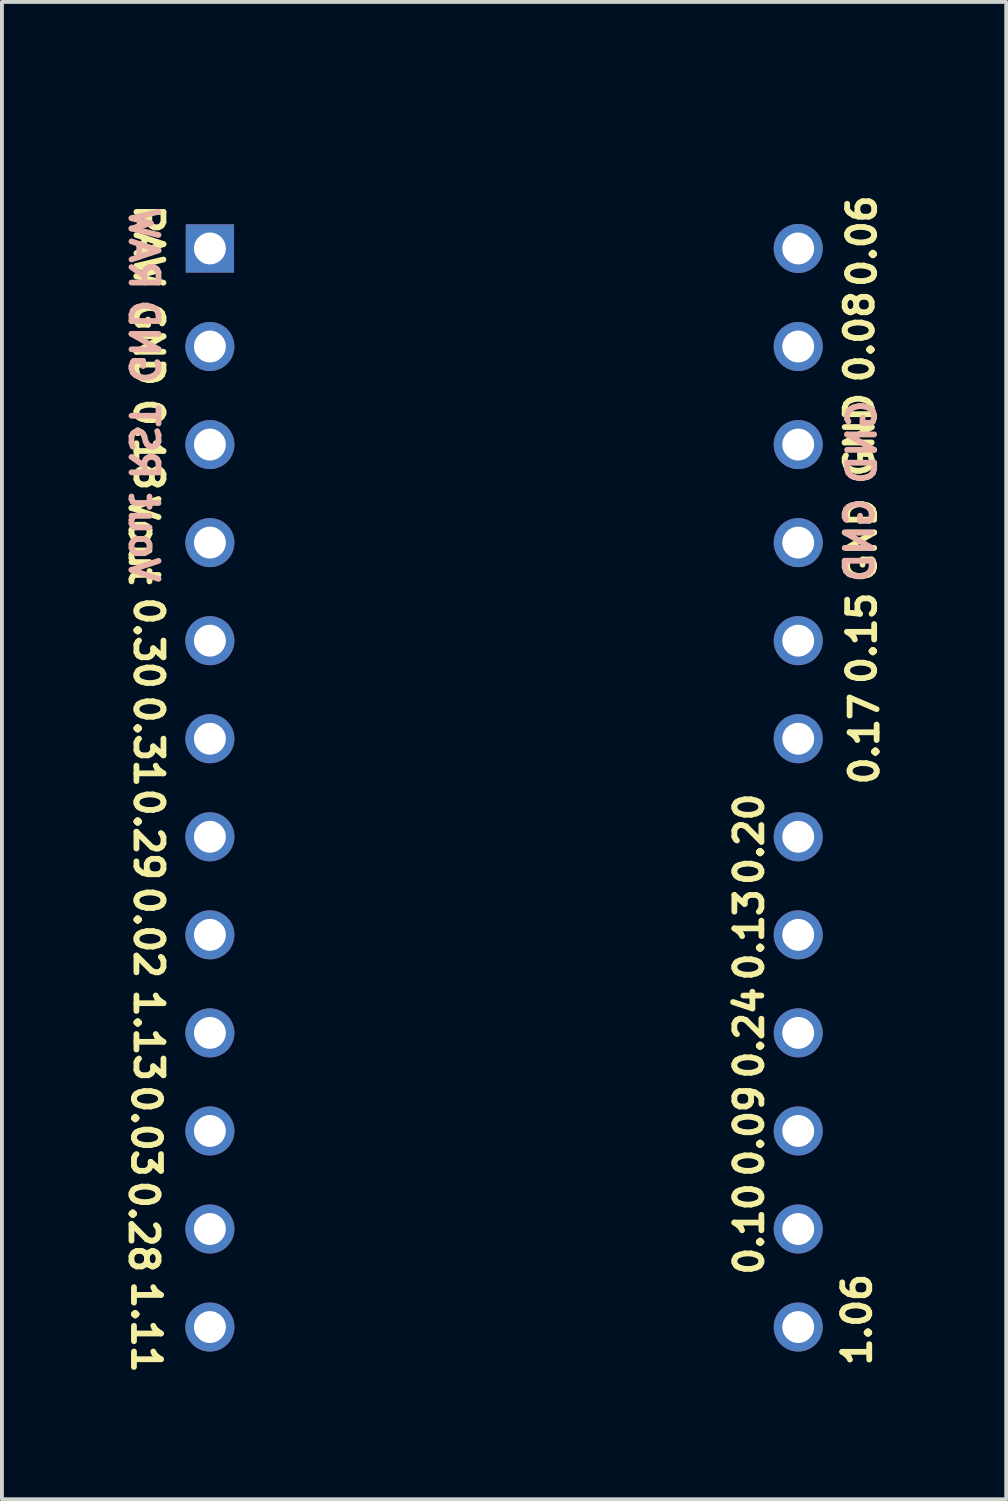
<source format=kicad_pcb>
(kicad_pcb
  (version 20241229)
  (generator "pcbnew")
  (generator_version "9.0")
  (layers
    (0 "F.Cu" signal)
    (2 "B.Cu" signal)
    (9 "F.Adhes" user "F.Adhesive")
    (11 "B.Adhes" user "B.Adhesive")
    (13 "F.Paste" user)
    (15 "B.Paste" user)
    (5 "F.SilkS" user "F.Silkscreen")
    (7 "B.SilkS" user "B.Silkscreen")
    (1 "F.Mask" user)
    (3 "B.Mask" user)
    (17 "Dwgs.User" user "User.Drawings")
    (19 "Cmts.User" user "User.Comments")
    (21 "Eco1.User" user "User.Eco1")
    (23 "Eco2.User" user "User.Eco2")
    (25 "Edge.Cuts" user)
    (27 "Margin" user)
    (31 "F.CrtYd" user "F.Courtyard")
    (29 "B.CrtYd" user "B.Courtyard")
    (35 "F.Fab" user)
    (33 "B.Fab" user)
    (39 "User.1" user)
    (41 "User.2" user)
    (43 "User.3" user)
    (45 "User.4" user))
  (footprint "arduino_micro"
    (layer "F.Cu")
    (at 10.007 15.832)
    (property "Reference" "arduino_micro" (at 0.508 -14.732 0) (layer "Eco1.User") (effects (font (size 1.27 1.524) (thickness 0.203))))
    (attr through_hole)
    (fp_line (start -8.89 -13.716) (end -8.89 16.764) (stroke (width 0.381) (type solid)) (layer "Margin"))
    (fp_line (start -8.89 -13.716) (end -8.89 16.764) (stroke (width 0.381) (type solid)) (layer "Margin"))
    (fp_line (start -8.89 16.764) (end 8.89 16.764) (stroke (width 0.381) (type solid)) (layer "Margin"))
    (fp_line (start -8.89 16.764) (end 8.89 16.764) (stroke (width 0.381) (type solid)) (layer "Margin"))
    (fp_line (start -6.35 -13.716) (end -6.35 -11.176) (stroke (width 0.381) (type solid)) (layer "Margin"))
    (fp_line (start -6.35 -13.716) (end -6.35 -11.176) (stroke (width 0.381) (type solid)) (layer "Margin"))
    (fp_line (start -6.35 -11.176) (end -8.89 -11.176) (stroke (width 0.381) (type solid)) (layer "Margin"))
    (fp_line (start -6.35 -11.176) (end -8.89 -11.176) (stroke (width 0.381) (type solid)) (layer "Margin"))
    (fp_line (start 8.89 -13.716) (end -8.89 -13.716) (stroke (width 0.381) (type solid)) (layer "Margin"))
    (fp_line (start 8.89 -13.716) (end -8.89 -13.716) (stroke (width 0.381) (type solid)) (layer "Margin"))
    (fp_line (start 8.89 16.764) (end 8.89 -13.716) (stroke (width 0.381) (type solid)) (layer "Margin"))
    (fp_line (start 8.89 16.764) (end 8.89 -13.716) (stroke (width 0.381) (type solid)) (layer "Margin"))
    (fp_text user "RAW" (at -9.207 -12.509 270) (unlocked yes) (layer "F.SilkS") (effects (font (size 0.7 0.7) (thickness 0.15))))
    (fp_text user "0.29" (at -9.207 2.731 270) (unlocked yes) (layer "F.SilkS") (effects (font (size 0.7 0.7) (thickness 0.15))))
    (fp_text user "1.06" (at 9.144 15.303 90) (layer "F.SilkS") (effects (font (size 0.7 0.7) (thickness 0.15))))
    (fp_text user "0.08" (at 9.207 -10.16 90) (layer "F.SilkS") (effects (font (size 0.7 0.7) (thickness 0.15))))
    (fp_text user "0.30" (at -9.207 -2.223 270) (unlocked yes) (layer "F.SilkS") (effects (font (size 0.7 0.7) (thickness 0.15))))
    (fp_text user "0.09" (at 6.35 10.414 90) (layer "F.SilkS") (effects (font (size 0.7 0.7) (thickness 0.15))))
    (fp_text user "0.31" (at -9.207 0.318 270) (unlocked yes) (layer "F.SilkS") (effects (font (size 0.7 0.7) (thickness 0.15))))
    (fp_text user "0.02" (at -9.207 5.271 270) (unlocked yes) (layer "F.SilkS") (effects (font (size 0.7 0.7) (thickness 0.15))))
    (fp_text user "0.20" (at 6.35 2.857 90) (layer "F.SilkS") (effects (font (size 0.7 0.7) (thickness 0.15))))
    (fp_text user "1.13" (at -9.207 7.938 270) (unlocked yes) (layer "F.SilkS") (effects (font (size 0.7 0.7) (thickness 0.15))))
    (fp_text user "GND" (at 9.271 -4.889 90) (layer "F.SilkS") (effects (font (size 0.7 0.7) (thickness 0.15))))
    (fp_text user "0.24" (at 6.35 7.874 90) (layer "F.SilkS") (effects (font (size 0.7 0.7) (thickness 0.15))))
    (fp_text user "0.28" (at -9.335 12.89 270) (unlocked yes) (layer "F.SilkS") (effects (font (size 0.7 0.7) (thickness 0.15))))
    (fp_text user "1.11" (at -9.271 15.494 270) (unlocked yes) (layer "F.SilkS") (effects (font (size 0.7 0.7) (thickness 0.15))))
    (fp_text user "0.03" (at -9.271 10.414 270) (unlocked yes) (layer "F.SilkS") (effects (font (size 0.7 0.7) (thickness 0.15))))
    (fp_text user "0.17" (at 9.335 0.254 90) (layer "F.SilkS") (effects (font (size 0.7 0.7) (thickness 0.15))))
    (fp_text user "0.13" (at 6.35 5.334 90) (layer "F.SilkS") (effects (font (size 0.7 0.7) (thickness 0.15))))
    (fp_text user "0.15" (at 9.271 -2.349 90) (layer "F.SilkS") (effects (font (size 0.7 0.7) (thickness 0.15))))
    (fp_text user "0.10" (at 6.35 12.954 90) (layer "F.SilkS") (effects (font (size 0.7 0.7) (thickness 0.15))))
    (fp_text user "GND" (at 9.207 -7.62 90) (layer "F.SilkS") (effects (font (size 0.7 0.7) (thickness 0.15))))
    (fp_text user "Vout" (at -9.335 -4.889 270) (unlocked yes) (layer "F.SilkS") (effects (font (size 0.7 0.7) (thickness 0.15))))
    (fp_text user "0.18" (at -9.207 -7.366 270) (unlocked yes) (layer "F.SilkS") (effects (font (size 0.7 0.7) (thickness 0.15))))
    (fp_text user "0.06" (at 9.271 -12.636 90) (layer "F.SilkS") (effects (font (size 0.7 0.7) (thickness 0.15))))
    (fp_text user "GND" (at -9.207 -9.97 270) (unlocked yes) (layer "F.SilkS") (effects (font (size 0.7 0.7) (thickness 0.15))))
    (fp_text user "RST" (at -9.335 -7.429 270) (unlocked yes) (layer "B.SilkS") (effects (font (size 0.7 0.7) (thickness 0.15)) (justify mirror)))
    (fp_text user "GND" (at -9.335 -10.033 270) (unlocked yes) (layer "B.SilkS") (effects (font (size 0.7 0.7) (thickness 0.15)) (justify mirror)))
    (fp_text user "GND" (at 9.207 -4.889 90) (layer "B.SilkS") (effects (font (size 0.7 0.7) (thickness 0.15)) (justify mirror)))
    (fp_text user "RAW" (at -9.335 -12.446 270) (unlocked yes) (layer "B.SilkS") (effects (font (size 0.7 0.7) (thickness 0.15)) (justify mirror)))
    (fp_text user "Vout" (at -9.335 -4.953 270) (unlocked yes) (layer "B.SilkS") (effects (font (size 0.7 0.7) (thickness 0.15)) (justify mirror)))
    (fp_text user "GND" (at 9.271 -7.429 90) (layer "B.SilkS") (effects (font (size 0.7 0.7) (thickness 0.15)) (justify mirror)))
    (fp_text user "B3" (at -6.096 10.414 0) (layer "Margin") (effects (font (size 0.7 0.7) (thickness 0.15))))
    (fp_text user "E6" (at 6.096 10.414 0) (layer "Margin") (effects (font (size 0.7 0.7) (thickness 0.15))))
    (fp_text user "B6" (at -6.096 15.494 0) (layer "Margin") (effects (font (size 0.7 0.7) (thickness 0.15))))
    (fp_text user "F4" (at -6.096 -2.286 0) (layer "Margin") (effects (font (size 0.7 0.7) (thickness 0.15))))
    (fp_text user "D7" (at 6.096 7.874 0) (layer "Margin") (effects (font (size 0.7 0.7) (thickness 0.15))))
    (fp_text user "F7" (at -6.096 5.334 0) (layer "Margin") (effects (font (size 0.7 0.7) (thickness 0.15))))
    (fp_text user "C6" (at 6.096 5.334 0) (layer "Margin") (effects (font (size 0.7 0.7) (thickness 0.15))))
    (fp_text user "D4" (at 6.096 2.794 0) (layer "Margin") (effects (font (size 0.7 0.7) (thickness 0.15))))
    (fp_text user "F5" (at -6.096 0.254 0) (layer "Margin") (effects (font (size 0.7 0.7) (thickness 0.15))))
    (fp_text user "B5" (at 6.096 15.494 0) (layer "Margin") (effects (font (size 0.7 0.7) (thickness 0.15))))
    (fp_text user "D1" (at 6.096 -2.286 0) (layer "Margin") (effects (font (size 0.7 0.7) (thickness 0.15))))
    (fp_text user "B2" (at -6.096 12.954 0) (layer "Margin") (effects (font (size 0.7 0.7) (thickness 0.15))))
    (fp_text user "B4" (at 6.096 12.954 0) (layer "Margin") (effects (font (size 0.7 0.7) (thickness 0.15))))
    (fp_text user "F6" (at -6.096 2.794 0) (layer "Margin") (effects (font (size 0.7 0.7) (thickness 0.15))))
    (fp_text user "B1" (at -6.096 7.874 0) (layer "Margin") (effects (font (size 0.7 0.7) (thickness 0.15))))
    (fp_text user "D0" (at 6.096 0.254 0) (layer "Margin") (effects (font (size 0.7 0.7) (thickness 0.15))))
    (pad "1" thru_hole rect (at -7.62 -12.446 270) (size 1.25 1.25) (drill 0.825) (layers "*.Cu" "*.Mask"))
    (pad "2" thru_hole circle (at -7.62 -9.906 270) (size 1.27 1.27) (drill 0.825) (layers "*.Cu" "*.Mask"))
    (pad "3" thru_hole circle (at -7.62 -7.366 270) (size 1.27 1.27) (drill 0.825) (layers "*.Cu" "*.Mask"))
    (pad "4" thru_hole circle (at -7.62 -4.826 270) (size 1.27 1.27) (drill 0.825) (layers "*.Cu" "*.Mask"))
    (pad "5" thru_hole circle (at -7.62 -2.286 270) (size 1.27 1.27) (drill 0.825) (layers "*.Cu" "*.Mask"))
    (pad "6" thru_hole circle (at -7.62 0.254 270) (size 1.27 1.27) (drill 0.825) (layers "*.Cu" "*.Mask"))
    (pad "7" thru_hole circle (at -7.62 2.794 270) (size 1.27 1.27) (drill 0.825) (layers "*.Cu" "*.Mask"))
    (pad "8" thru_hole circle (at -7.62 5.334 270) (size 1.27 1.27) (drill 0.825) (layers "*.Cu" "*.Mask"))
    (pad "9" thru_hole circle (at -7.62 7.874 270) (size 1.27 1.27) (drill 0.825) (layers "*.Cu" "*.Mask"))
    (pad "10" thru_hole circle (at -7.62 10.414 270) (size 1.27 1.27) (drill 0.825) (layers "*.Cu" "*.Mask"))
    (pad "11" thru_hole circle (at -7.62 12.954 270) (size 1.27 1.27) (drill 0.825) (layers "*.Cu" "*.Mask"))
    (pad "12" thru_hole circle (at -7.62 15.494 270) (size 1.27 1.27) (drill 0.825) (layers "*.Cu" "*.Mask"))
    (pad "13" thru_hole circle (at 7.62 -12.446 270) (size 1.27 1.27) (drill 0.825) (layers "*.Cu" "*.Mask"))
    (pad "14" thru_hole circle (at 7.62 -9.906 270) (size 1.27 1.27) (drill 0.825) (layers "*.Cu" "*.Mask"))
    (pad "15" thru_hole circle (at 7.62 -7.366 270) (size 1.27 1.27) (drill 0.825) (layers "*.Cu" "*.Mask"))
    (pad "16" thru_hole circle (at 7.62 -4.826 270) (size 1.27 1.27) (drill 0.825) (layers "*.Cu" "*.Mask"))
    (pad "17" thru_hole circle (at 7.62 -2.286 270) (size 1.27 1.27) (drill 0.825) (layers "*.Cu" "*.Mask"))
    (pad "18" thru_hole circle (at 7.62 0.254 270) (size 1.27 1.27) (drill 0.825) (layers "*.Cu" "*.Mask"))
    (pad "19" thru_hole circle (at 7.62 2.794 270) (size 1.27 1.27) (drill 0.825) (layers "*.Cu" "*.Mask"))
    (pad "20" thru_hole circle (at 7.62 5.334 270) (size 1.27 1.27) (drill 0.825) (layers "*.Cu" "*.Mask"))
    (pad "21" thru_hole circle (at 7.62 7.874 90) (size 1.27 1.27) (drill 0.825) (layers "*.Cu" "*.Mask"))
    (pad "22" thru_hole circle (at 7.62 10.414 270) (size 1.27 1.27) (drill 0.825) (layers "*.Cu" "*.Mask"))
    (pad "23" thru_hole circle (at 7.62 12.954 270) (size 1.27 1.27) (drill 0.825) (layers "*.Cu" "*.Mask"))
    (pad "24" thru_hole circle (at 7.62 15.494 270) (size 1.27 1.27) (drill 0.825) (layers "*.Cu" "*.Mask")))
  (gr_rect
    (start -3 -3)
    (end 23.015 35.786)
    (stroke (width 0.1) (type default))
    (fill no)
    (layer "Edge.Cuts")))
</source>
